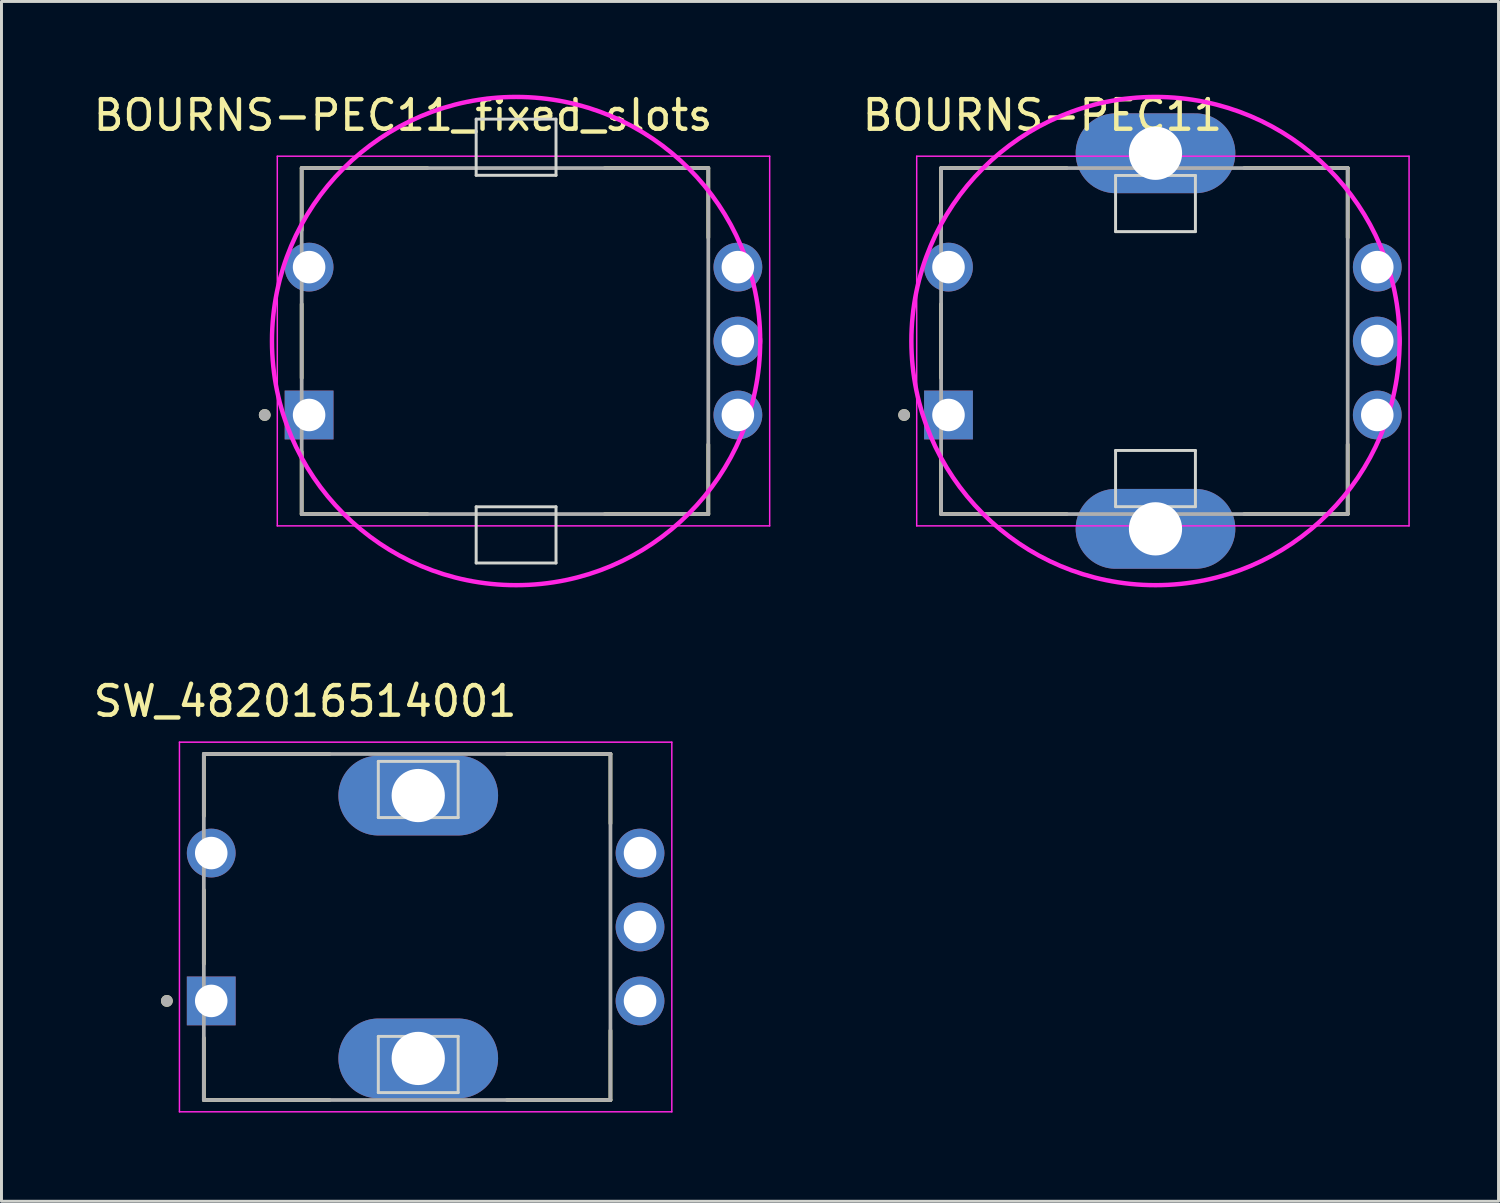
<source format=kicad_pcb>
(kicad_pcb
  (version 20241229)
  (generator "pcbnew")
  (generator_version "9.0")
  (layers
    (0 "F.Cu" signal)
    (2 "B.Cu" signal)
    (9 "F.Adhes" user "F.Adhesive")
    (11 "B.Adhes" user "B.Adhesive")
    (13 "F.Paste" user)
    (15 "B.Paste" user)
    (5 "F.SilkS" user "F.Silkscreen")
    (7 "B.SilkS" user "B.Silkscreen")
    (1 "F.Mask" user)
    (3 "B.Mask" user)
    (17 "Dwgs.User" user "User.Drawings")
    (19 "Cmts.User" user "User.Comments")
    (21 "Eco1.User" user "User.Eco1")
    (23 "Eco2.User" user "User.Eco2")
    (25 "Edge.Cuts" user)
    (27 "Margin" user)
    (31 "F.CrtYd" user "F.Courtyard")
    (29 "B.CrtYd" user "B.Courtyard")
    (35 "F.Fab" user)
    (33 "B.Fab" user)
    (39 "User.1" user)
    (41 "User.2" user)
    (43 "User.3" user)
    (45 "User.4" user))
  (footprint "SW_482016514001"
    (layer "F.Cu")
    (at 11.093 28.297)
    (property "Reference" "SW_482016514001" (at -3.825 -7.635 0) (layer "F.SilkS") (effects (font (size 1 1) (thickness 0.15))))
    (attr through_hole)
    (fp_line (start -7.25 -5.85) (end -3 -5.85) (stroke (width 0.127) (type solid)) (layer "F.SilkS"))
    (fp_line (start -7.25 -3.75) (end -7.25 -5.85) (stroke (width 0.127) (type solid)) (layer "F.SilkS"))
    (fp_line (start -7.25 1.25) (end -7.25 -1.25) (stroke (width 0.127) (type solid)) (layer "F.SilkS"))
    (fp_line (start -7.25 5.85) (end -7.25 3.75) (stroke (width 0.127) (type solid)) (layer "F.SilkS"))
    (fp_line (start -3 5.85) (end -7.25 5.85) (stroke (width 0.127) (type solid)) (layer "F.SilkS"))
    (fp_line (start 3 -5.85) (end 6.5 -5.85) (stroke (width 0.127) (type solid)) (layer "F.SilkS"))
    (fp_line (start 6.5 -5.85) (end 6.5 -3.5) (stroke (width 0.127) (type solid)) (layer "F.SilkS"))
    (fp_line (start 6.5 3.5) (end 6.5 5.85) (stroke (width 0.127) (type solid)) (layer "F.SilkS"))
    (fp_line (start 6.5 5.85) (end 3 5.85) (stroke (width 0.127) (type solid)) (layer "F.SilkS"))
    (fp_circle (center -8.5 2.5) (end -8.4 2.5) (stroke (width 0.2) (type solid)) (fill no) (layer "F.SilkS"))
    (fp_line (start -1.35 -5.6) (end 1.35 -5.6) (stroke (width 0.1) (type solid)) (layer "Edge.Cuts"))
    (fp_line (start -1.35 -3.7) (end -1.35 -5.6) (stroke (width 0.1) (type solid)) (layer "Edge.Cuts"))
    (fp_line (start -1.35 3.7) (end 1.35 3.7) (stroke (width 0.1) (type solid)) (layer "Edge.Cuts"))
    (fp_line (start -1.35 5.6) (end -1.35 3.7) (stroke (width 0.1) (type solid)) (layer "Edge.Cuts"))
    (fp_line (start 1.35 -5.6) (end 1.35 -3.7) (stroke (width 0.1) (type solid)) (layer "Edge.Cuts"))
    (fp_line (start 1.35 -3.7) (end -1.35 -3.7) (stroke (width 0.1) (type solid)) (layer "Edge.Cuts"))
    (fp_line (start 1.35 3.7) (end 1.35 5.6) (stroke (width 0.1) (type solid)) (layer "Edge.Cuts"))
    (fp_line (start 1.35 5.6) (end -1.35 5.6) (stroke (width 0.1) (type solid)) (layer "Edge.Cuts"))
    (fp_line (start -8.075 -6.25) (end 8.575 -6.25) (stroke (width 0.05) (type solid)) (layer "F.CrtYd"))
    (fp_line (start -8.075 6.25) (end -8.075 -6.25) (stroke (width 0.05) (type solid)) (layer "F.CrtYd"))
    (fp_line (start 8.575 -6.25) (end 8.575 6.25) (stroke (width 0.05) (type solid)) (layer "F.CrtYd"))
    (fp_line (start 8.575 6.25) (end -8.075 6.25) (stroke (width 0.05) (type solid)) (layer "F.CrtYd"))
    (fp_line (start -7.25 -5.85) (end 6.5 -5.85) (stroke (width 0.127) (type solid)) (layer "F.Fab"))
    (fp_line (start -7.25 5.85) (end -7.25 -5.85) (stroke (width 0.127) (type solid)) (layer "F.Fab"))
    (fp_line (start 6.5 -5.85) (end 6.5 5.85) (stroke (width 0.127) (type solid)) (layer "F.Fab"))
    (fp_line (start 6.5 5.85) (end -7.25 5.85) (stroke (width 0.127) (type solid)) (layer "F.Fab"))
    (fp_circle (center -8.5 2.5) (end -8.4 2.5) (stroke (width 0.2) (type solid)) (fill no) (layer "F.Fab"))
    (pad "1" thru_hole rect (at -7 2.5) (size 1.65 1.65) (drill 1.1) (layers "*.Cu" "*.Mask"))
    (pad "2" thru_hole circle (at -7 -2.5) (size 1.65 1.65) (drill 1.1) (layers "*.Cu" "*.Mask"))
    (pad "A" thru_hole circle (at 7.5 2.5) (size 1.65 1.65) (drill 1.1) (layers "*.Cu" "*.Mask"))
    (pad "B" thru_hole circle (at 7.5 -2.5) (size 1.65 1.65) (drill 1.1) (layers "*.Cu" "*.Mask"))
    (pad "C" thru_hole circle (at 7.5 0) (size 1.65 1.65) (drill 1.1) (layers "*.Cu" "*.Mask"))
    (pad "S1" thru_hole oval (at 0 -4.445) (size 5.4 2.7) (drill 1.8) (layers "*.Cu" "*.Mask"))
    (pad "S2" thru_hole oval (at 0 4.445) (size 5.4 2.7) (drill 1.8) (layers "*.Cu" "*.Mask")))
  (footprint "BOURNS-PEC11_fixed_slots"
    (layer "F.Cu")
    (at 14.402 8.483)
    (property "Reference" "BOURNS-PEC11_fixed_slots" (at -3.825 -7.635 0) (layer "F.SilkS") (effects (font (size 1 1) (thickness 0.15))))
    (attr through_hole)
    (fp_line (start -7.25 -5.85) (end -3 -5.85) (stroke (width 0.127) (type solid)) (layer "F.SilkS"))
    (fp_line (start -7.25 -3.75) (end -7.25 -5.85) (stroke (width 0.127) (type solid)) (layer "F.SilkS"))
    (fp_line (start -7.25 1.25) (end -7.25 -1.25) (stroke (width 0.127) (type solid)) (layer "F.SilkS"))
    (fp_line (start -7.25 5.85) (end -7.25 3.75) (stroke (width 0.127) (type solid)) (layer "F.SilkS"))
    (fp_line (start -3 5.85) (end -7.25 5.85) (stroke (width 0.127) (type solid)) (layer "F.SilkS"))
    (fp_line (start 3 -5.85) (end 6.5 -5.85) (stroke (width 0.127) (type solid)) (layer "F.SilkS"))
    (fp_line (start 6.5 -5.85) (end 6.5 -3.5) (stroke (width 0.127) (type solid)) (layer "F.SilkS"))
    (fp_line (start 6.5 3.5) (end 6.5 5.85) (stroke (width 0.127) (type solid)) (layer "F.SilkS"))
    (fp_line (start 6.5 5.85) (end 3 5.85) (stroke (width 0.127) (type solid)) (layer "F.SilkS"))
    (fp_circle (center -8.5 2.5) (end -8.4 2.5) (stroke (width 0.2) (type solid)) (fill no) (layer "F.SilkS"))
    (fp_line (start -1.35 -7.505) (end 1.35 -7.505) (stroke (width 0.1) (type solid)) (layer "Edge.Cuts"))
    (fp_line (start -1.35 -5.605) (end -1.35 -7.505) (stroke (width 0.1) (type solid)) (layer "Edge.Cuts"))
    (fp_line (start -1.35 5.605) (end 1.35 5.605) (stroke (width 0.1) (type solid)) (layer "Edge.Cuts"))
    (fp_line (start -1.35 7.505) (end -1.35 5.605) (stroke (width 0.1) (type solid)) (layer "Edge.Cuts"))
    (fp_line (start 1.35 -7.505) (end 1.35 -5.605) (stroke (width 0.1) (type solid)) (layer "Edge.Cuts"))
    (fp_line (start 1.35 -5.605) (end -1.35 -5.605) (stroke (width 0.1) (type solid)) (layer "Edge.Cuts"))
    (fp_line (start 1.35 5.605) (end 1.35 7.505) (stroke (width 0.1) (type solid)) (layer "Edge.Cuts"))
    (fp_line (start 1.35 7.505) (end -1.35 7.505) (stroke (width 0.1) (type solid)) (layer "Edge.Cuts"))
    (fp_line (start -8.075 -6.25) (end 8.575 -6.25) (stroke (width 0.05) (type solid)) (layer "F.CrtYd"))
    (fp_line (start -8.075 6.25) (end -8.075 -6.25) (stroke (width 0.05) (type solid)) (layer "F.CrtYd"))
    (fp_line (start 8.575 -6.25) (end 8.575 6.25) (stroke (width 0.05) (type solid)) (layer "F.CrtYd"))
    (fp_line (start 8.575 6.25) (end -8.075 6.25) (stroke (width 0.05) (type solid)) (layer "F.CrtYd"))
    (fp_circle (center 0 0) (end 8.255 0) (stroke (width 0.15) (type solid)) (fill no) (layer "F.CrtYd"))
    (fp_line (start -7.25 -5.85) (end 6.5 -5.85) (stroke (width 0.127) (type solid)) (layer "F.Fab"))
    (fp_line (start -7.25 5.85) (end -7.25 -5.85) (stroke (width 0.127) (type solid)) (layer "F.Fab"))
    (fp_line (start 6.5 -5.85) (end 6.5 5.85) (stroke (width 0.127) (type solid)) (layer "F.Fab"))
    (fp_line (start 6.5 5.85) (end -7.25 5.85) (stroke (width 0.127) (type solid)) (layer "F.Fab"))
    (fp_circle (center -8.5 2.5) (end -8.4 2.5) (stroke (width 0.2) (type solid)) (fill no) (layer "F.Fab"))
    (pad "1" thru_hole rect (at -7 2.5) (size 1.65 1.65) (drill 1.1) (layers "*.Cu" "*.Mask"))
    (pad "2" thru_hole circle (at -7 -2.5) (size 1.65 1.65) (drill 1.1) (layers "*.Cu" "*.Mask"))
    (pad "A" thru_hole circle (at 7.5 2.5) (size 1.65 1.65) (drill 1.1) (layers "*.Cu" "*.Mask"))
    (pad "B" thru_hole circle (at 7.5 -2.5) (size 1.65 1.65) (drill 1.1) (layers "*.Cu" "*.Mask"))
    (pad "C" thru_hole circle (at 7.5 0) (size 1.65 1.65) (drill 1.1) (layers "*.Cu" "*.Mask")))
  (footprint "BOURNS-PEC11"
    (layer "F.Cu")
    (at 36.024 8.483)
    (property "Reference" "BOURNS-PEC11" (at -3.825 -7.635 0) (layer "F.SilkS") (effects (font (size 1 1) (thickness 0.15))))
    (attr through_hole)
    (fp_line (start -7.25 -5.85) (end -3 -5.85) (stroke (width 0.127) (type solid)) (layer "F.SilkS"))
    (fp_line (start -7.25 -3.75) (end -7.25 -5.85) (stroke (width 0.127) (type solid)) (layer "F.SilkS"))
    (fp_line (start -7.25 1.25) (end -7.25 -1.25) (stroke (width 0.127) (type solid)) (layer "F.SilkS"))
    (fp_line (start -7.25 5.85) (end -7.25 3.75) (stroke (width 0.127) (type solid)) (layer "F.SilkS"))
    (fp_line (start -3 5.85) (end -7.25 5.85) (stroke (width 0.127) (type solid)) (layer "F.SilkS"))
    (fp_line (start 3 -5.85) (end 6.5 -5.85) (stroke (width 0.127) (type solid)) (layer "F.SilkS"))
    (fp_line (start 6.5 -5.85) (end 6.5 -3.5) (stroke (width 0.127) (type solid)) (layer "F.SilkS"))
    (fp_line (start 6.5 3.5) (end 6.5 5.85) (stroke (width 0.127) (type solid)) (layer "F.SilkS"))
    (fp_line (start 6.5 5.85) (end 3 5.85) (stroke (width 0.127) (type solid)) (layer "F.SilkS"))
    (fp_circle (center -8.5 2.5) (end -8.4 2.5) (stroke (width 0.2) (type solid)) (fill no) (layer "F.SilkS"))
    (fp_line (start -1.35 -5.6) (end 1.35 -5.6) (stroke (width 0.1) (type solid)) (layer "Edge.Cuts"))
    (fp_line (start -1.35 -3.7) (end -1.35 -5.6) (stroke (width 0.1) (type solid)) (layer "Edge.Cuts"))
    (fp_line (start -1.35 3.7) (end 1.35 3.7) (stroke (width 0.1) (type solid)) (layer "Edge.Cuts"))
    (fp_line (start -1.35 5.6) (end -1.35 3.7) (stroke (width 0.1) (type solid)) (layer "Edge.Cuts"))
    (fp_line (start 1.35 -5.6) (end 1.35 -3.7) (stroke (width 0.1) (type solid)) (layer "Edge.Cuts"))
    (fp_line (start 1.35 -3.7) (end -1.35 -3.7) (stroke (width 0.1) (type solid)) (layer "Edge.Cuts"))
    (fp_line (start 1.35 3.7) (end 1.35 5.6) (stroke (width 0.1) (type solid)) (layer "Edge.Cuts"))
    (fp_line (start 1.35 5.6) (end -1.35 5.6) (stroke (width 0.1) (type solid)) (layer "Edge.Cuts"))
    (fp_line (start -8.075 -6.25) (end 8.575 -6.25) (stroke (width 0.05) (type solid)) (layer "F.CrtYd"))
    (fp_line (start -8.075 6.25) (end -8.075 -6.25) (stroke (width 0.05) (type solid)) (layer "F.CrtYd"))
    (fp_line (start 8.575 -6.25) (end 8.575 6.25) (stroke (width 0.05) (type solid)) (layer "F.CrtYd"))
    (fp_line (start 8.575 6.25) (end -8.075 6.25) (stroke (width 0.05) (type solid)) (layer "F.CrtYd"))
    (fp_circle (center 0 0) (end 8.255 0) (stroke (width 0.15) (type solid)) (fill no) (layer "F.CrtYd"))
    (fp_line (start -7.25 -5.85) (end 6.5 -5.85) (stroke (width 0.127) (type solid)) (layer "F.Fab"))
    (fp_line (start -7.25 5.85) (end -7.25 -5.85) (stroke (width 0.127) (type solid)) (layer "F.Fab"))
    (fp_line (start 6.5 -5.85) (end 6.5 5.85) (stroke (width 0.127) (type solid)) (layer "F.Fab"))
    (fp_line (start 6.5 5.85) (end -7.25 5.85) (stroke (width 0.127) (type solid)) (layer "F.Fab"))
    (fp_circle (center -8.5 2.5) (end -8.4 2.5) (stroke (width 0.2) (type solid)) (fill no) (layer "F.Fab"))
    (pad "1" thru_hole rect (at -7 2.5) (size 1.65 1.65) (drill 1.1) (layers "*.Cu" "*.Mask"))
    (pad "2" thru_hole circle (at -7 -2.5) (size 1.65 1.65) (drill 1.1) (layers "*.Cu" "*.Mask"))
    (pad "A" thru_hole circle (at 7.5 2.5) (size 1.65 1.65) (drill 1.1) (layers "*.Cu" "*.Mask"))
    (pad "B" thru_hole circle (at 7.5 -2.5) (size 1.65 1.65) (drill 1.1) (layers "*.Cu" "*.Mask"))
    (pad "C" thru_hole circle (at 7.5 0) (size 1.65 1.65) (drill 1.1) (layers "*.Cu" "*.Mask"))
    (pad "S1" thru_hole oval (at 0 -6.35) (size 5.4 2.7) (drill 1.8) (layers "*.Cu" "*.Mask"))
    (pad "S2" thru_hole oval (at 0 6.35) (size 5.4 2.7) (drill 1.8) (layers "*.Cu" "*.Mask")))
  (gr_rect
    (start -3 -3)
    (end 47.624 37.572)
    (stroke (width 0.1) (type default))
    (fill no)
    (layer "Edge.Cuts")))
</source>
